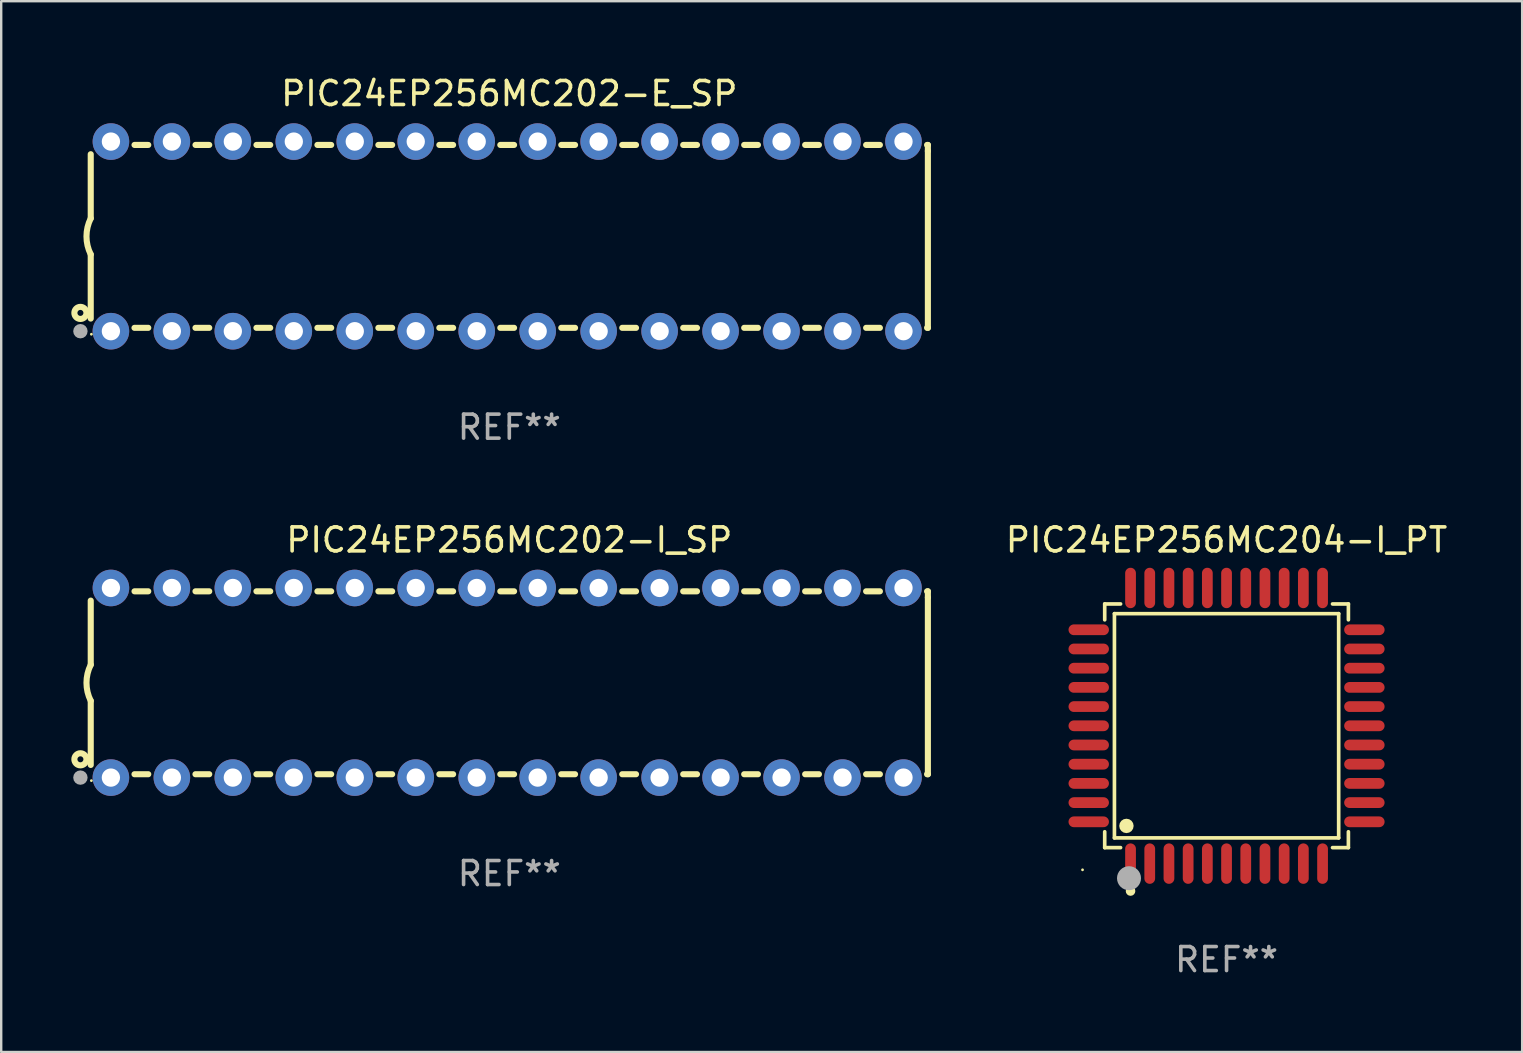
<source format=kicad_pcb>
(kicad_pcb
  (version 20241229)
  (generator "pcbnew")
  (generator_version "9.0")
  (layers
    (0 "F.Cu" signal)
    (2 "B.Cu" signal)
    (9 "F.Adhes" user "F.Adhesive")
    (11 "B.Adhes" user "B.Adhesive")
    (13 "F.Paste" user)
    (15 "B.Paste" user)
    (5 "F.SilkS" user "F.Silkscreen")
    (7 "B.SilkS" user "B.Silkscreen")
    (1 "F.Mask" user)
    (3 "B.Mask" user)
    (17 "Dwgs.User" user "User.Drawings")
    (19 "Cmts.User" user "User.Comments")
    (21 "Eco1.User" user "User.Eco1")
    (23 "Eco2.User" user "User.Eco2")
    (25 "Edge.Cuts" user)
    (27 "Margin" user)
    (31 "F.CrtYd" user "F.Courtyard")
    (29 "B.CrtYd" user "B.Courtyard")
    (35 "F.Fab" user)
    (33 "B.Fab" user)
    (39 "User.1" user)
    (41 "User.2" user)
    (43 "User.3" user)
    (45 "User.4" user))
  (footprint "PIC24EP256MC204-I_PT"
    (layer "F.Cu")
    (at 48.049 27.187)
    (property "Reference" "PIC24EP256MC204-I_PT" (at 0 -7.742 0) (layer "F.SilkS") (effects (font (size 1 1) (thickness 0.15))))
    (attr through_hole)
    (fp_line (start -5.076 -5.076) (end -4.415 -5.076) (stroke (width 0.152) (type solid)) (layer "F.SilkS"))
    (fp_line (start -5.076 -4.415) (end -5.076 -5.076) (stroke (width 0.152) (type solid)) (layer "F.SilkS"))
    (fp_line (start -5.076 4.415) (end -5.076 5.076) (stroke (width 0.152) (type solid)) (layer "F.SilkS"))
    (fp_line (start -5.076 5.076) (end -4.415 5.076) (stroke (width 0.152) (type solid)) (layer "F.SilkS"))
    (fp_line (start -4.671 -4.671) (end 4.671 -4.671) (stroke (width 0.152) (type solid)) (layer "F.SilkS"))
    (fp_line (start -4.671 4.671) (end -4.671 -4.671) (stroke (width 0.152) (type solid)) (layer "F.SilkS"))
    (fp_line (start 4.671 -4.671) (end 4.671 4.671) (stroke (width 0.152) (type solid)) (layer "F.SilkS"))
    (fp_line (start 4.671 4.671) (end -4.671 4.671) (stroke (width 0.152) (type solid)) (layer "F.SilkS"))
    (fp_line (start 5.076 -5.076) (end 4.415 -5.076) (stroke (width 0.152) (type solid)) (layer "F.SilkS"))
    (fp_line (start 5.076 -4.415) (end 5.076 -5.076) (stroke (width 0.152) (type solid)) (layer "F.SilkS"))
    (fp_line (start 5.076 4.415) (end 5.076 5.076) (stroke (width 0.152) (type solid)) (layer "F.SilkS"))
    (fp_line (start 5.076 5.076) (end 4.415 5.076) (stroke (width 0.152) (type solid)) (layer "F.SilkS"))
    (fp_circle (center -6 6) (end -5.97 6) (stroke (width 0.06) (type solid)) (fill no) (layer "F.SilkS"))
    (fp_circle (center -4.171 4.171) (end -4.021 4.171) (stroke (width 0.3) (type solid)) (fill no) (layer "F.SilkS"))
    (fp_circle (center -4 6.884) (end -3.9 6.884) (stroke (width 0.2) (type solid)) (fill no) (layer "F.SilkS"))
    (fp_circle (center -4.064 6.35) (end -3.814 6.35) (stroke (width 0.5) (type solid)) (fill no) (layer "F.Fab"))
    (fp_text user "REF**" (at 0 9.742 0) (layer "F.Fab") (effects (font (size 1 1) (thickness 0.15))))
    (pad "1" smd oval (at -4 5.742) (size 0.448 1.684) (layers "F.Cu" "F.Mask" "F.Paste"))
    (pad "2" smd oval (at -3.2 5.742) (size 0.448 1.684) (layers "F.Cu" "F.Mask" "F.Paste"))
    (pad "3" smd oval (at -2.4 5.742) (size 0.448 1.684) (layers "F.Cu" "F.Mask" "F.Paste"))
    (pad "4" smd oval (at -1.6 5.742) (size 0.448 1.684) (layers "F.Cu" "F.Mask" "F.Paste"))
    (pad "5" smd oval (at -0.8 5.742) (size 0.448 1.684) (layers "F.Cu" "F.Mask" "F.Paste"))
    (pad "6" smd oval (at 0 5.742) (size 0.448 1.684) (layers "F.Cu" "F.Mask" "F.Paste"))
    (pad "7" smd oval (at 0.8 5.742) (size 0.448 1.684) (layers "F.Cu" "F.Mask" "F.Paste"))
    (pad "8" smd oval (at 1.6 5.742) (size 0.448 1.684) (layers "F.Cu" "F.Mask" "F.Paste"))
    (pad "9" smd oval (at 2.4 5.742) (size 0.448 1.684) (layers "F.Cu" "F.Mask" "F.Paste"))
    (pad "10" smd oval (at 3.2 5.742) (size 0.448 1.684) (layers "F.Cu" "F.Mask" "F.Paste"))
    (pad "11" smd oval (at 4 5.742) (size 0.448 1.684) (layers "F.Cu" "F.Mask" "F.Paste"))
    (pad "12" smd oval (at 5.742 4) (size 1.684 0.448) (layers "F.Cu" "F.Mask" "F.Paste"))
    (pad "13" smd oval (at 5.742 3.2) (size 1.684 0.448) (layers "F.Cu" "F.Mask" "F.Paste"))
    (pad "14" smd oval (at 5.742 2.4) (size 1.684 0.448) (layers "F.Cu" "F.Mask" "F.Paste"))
    (pad "15" smd oval (at 5.742 1.6) (size 1.684 0.448) (layers "F.Cu" "F.Mask" "F.Paste"))
    (pad "16" smd oval (at 5.742 0.8) (size 1.684 0.448) (layers "F.Cu" "F.Mask" "F.Paste"))
    (pad "17" smd oval (at 5.742 0) (size 1.684 0.448) (layers "F.Cu" "F.Mask" "F.Paste"))
    (pad "18" smd oval (at 5.742 -0.8) (size 1.684 0.448) (layers "F.Cu" "F.Mask" "F.Paste"))
    (pad "19" smd oval (at 5.742 -1.6) (size 1.684 0.448) (layers "F.Cu" "F.Mask" "F.Paste"))
    (pad "20" smd oval (at 5.742 -2.4) (size 1.684 0.448) (layers "F.Cu" "F.Mask" "F.Paste"))
    (pad "21" smd oval (at 5.742 -3.2) (size 1.684 0.448) (layers "F.Cu" "F.Mask" "F.Paste"))
    (pad "22" smd oval (at 5.742 -4) (size 1.684 0.448) (layers "F.Cu" "F.Mask" "F.Paste"))
    (pad "23" smd oval (at 4 -5.742) (size 0.448 1.684) (layers "F.Cu" "F.Mask" "F.Paste"))
    (pad "24" smd oval (at 3.2 -5.742) (size 0.448 1.684) (layers "F.Cu" "F.Mask" "F.Paste"))
    (pad "25" smd oval (at 2.4 -5.742) (size 0.448 1.684) (layers "F.Cu" "F.Mask" "F.Paste"))
    (pad "26" smd oval (at 1.6 -5.742) (size 0.448 1.684) (layers "F.Cu" "F.Mask" "F.Paste"))
    (pad "27" smd oval (at 0.8 -5.742) (size 0.448 1.684) (layers "F.Cu" "F.Mask" "F.Paste"))
    (pad "28" smd oval (at 0 -5.742) (size 0.448 1.684) (layers "F.Cu" "F.Mask" "F.Paste"))
    (pad "29" smd oval (at -0.8 -5.742) (size 0.448 1.684) (layers "F.Cu" "F.Mask" "F.Paste"))
    (pad "30" smd oval (at -1.6 -5.742) (size 0.448 1.684) (layers "F.Cu" "F.Mask" "F.Paste"))
    (pad "31" smd oval (at -2.4 -5.742) (size 0.448 1.684) (layers "F.Cu" "F.Mask" "F.Paste"))
    (pad "32" smd oval (at -3.2 -5.742) (size 0.448 1.684) (layers "F.Cu" "F.Mask" "F.Paste"))
    (pad "33" smd oval (at -4 -5.742) (size 0.448 1.684) (layers "F.Cu" "F.Mask" "F.Paste"))
    (pad "34" smd oval (at -5.742 -4) (size 1.684 0.448) (layers "F.Cu" "F.Mask" "F.Paste"))
    (pad "35" smd oval (at -5.742 -3.2) (size 1.684 0.448) (layers "F.Cu" "F.Mask" "F.Paste"))
    (pad "36" smd oval (at -5.742 -2.4) (size 1.684 0.448) (layers "F.Cu" "F.Mask" "F.Paste"))
    (pad "37" smd oval (at -5.742 -1.6) (size 1.684 0.448) (layers "F.Cu" "F.Mask" "F.Paste"))
    (pad "38" smd oval (at -5.742 -0.8) (size 1.684 0.448) (layers "F.Cu" "F.Mask" "F.Paste"))
    (pad "39" smd oval (at -5.742 0) (size 1.684 0.448) (layers "F.Cu" "F.Mask" "F.Paste"))
    (pad "40" smd oval (at -5.742 0.8) (size 1.684 0.448) (layers "F.Cu" "F.Mask" "F.Paste"))
    (pad "41" smd oval (at -5.742 1.6) (size 1.684 0.448) (layers "F.Cu" "F.Mask" "F.Paste"))
    (pad "42" smd oval (at -5.742 2.4) (size 1.684 0.448) (layers "F.Cu" "F.Mask" "F.Paste"))
    (pad "43" smd oval (at -5.742 3.2) (size 1.684 0.448) (layers "F.Cu" "F.Mask" "F.Paste"))
    (pad "44" smd oval (at -5.742 4) (size 1.684 0.448) (layers "F.Cu" "F.Mask" "F.Paste")))
  (footprint "PIC24EP256MC202-E_SP"
    (layer "F.Cu")
    (at 18.168 6.798)
    (property "Reference" "PIC24EP256MC202-E_SP" (at 0 -5.95 0) (layer "F.SilkS") (effects (font (size 1 1) (thickness 0.15))))
    (attr through_hole)
    (fp_line (start -17.438 0.75) (end -17.438 3.423) (stroke (width 0.254) (type solid)) (layer "F.SilkS"))
    (fp_line (start -17.438 -3.423) (end -17.438 -0.75) (stroke (width 0.254) (type solid)) (layer "F.SilkS"))
    (fp_line (start -15.615 3.81) (end -15.041 3.81) (stroke (width 0.254) (type solid)) (layer "F.SilkS"))
    (fp_line (start -15.041 -3.81) (end -15.614 -3.81) (stroke (width 0.254) (type solid)) (layer "F.SilkS"))
    (fp_line (start -13.075 3.81) (end -12.501 3.81) (stroke (width 0.254) (type solid)) (layer "F.SilkS"))
    (fp_line (start -12.501 -3.81) (end -13.074 -3.81) (stroke (width 0.254) (type solid)) (layer "F.SilkS"))
    (fp_line (start -10.535 3.81) (end -9.961 3.81) (stroke (width 0.254) (type solid)) (layer "F.SilkS"))
    (fp_line (start -9.961 -3.81) (end -10.534 -3.81) (stroke (width 0.254) (type solid)) (layer "F.SilkS"))
    (fp_line (start -7.995 3.81) (end -7.421 3.81) (stroke (width 0.254) (type solid)) (layer "F.SilkS"))
    (fp_line (start -7.421 -3.81) (end -7.995 -3.81) (stroke (width 0.254) (type solid)) (layer "F.SilkS"))
    (fp_line (start -5.455 3.81) (end -4.881 3.81) (stroke (width 0.254) (type solid)) (layer "F.SilkS"))
    (fp_line (start -4.881 -3.81) (end -5.455 -3.81) (stroke (width 0.254) (type solid)) (layer "F.SilkS"))
    (fp_line (start -2.915 3.81) (end -2.341 3.81) (stroke (width 0.254) (type solid)) (layer "F.SilkS"))
    (fp_line (start -2.341 -3.81) (end -2.915 -3.81) (stroke (width 0.254) (type solid)) (layer "F.SilkS"))
    (fp_line (start -0.375 3.81) (end 0.199 3.81) (stroke (width 0.254) (type solid)) (layer "F.SilkS"))
    (fp_line (start 0.199 -3.81) (end -0.375 -3.81) (stroke (width 0.254) (type solid)) (layer "F.SilkS"))
    (fp_line (start 2.165 3.81) (end 2.739 3.81) (stroke (width 0.254) (type solid)) (layer "F.SilkS"))
    (fp_line (start 2.739 -3.81) (end 2.165 -3.81) (stroke (width 0.254) (type solid)) (layer "F.SilkS"))
    (fp_line (start 4.705 3.81) (end 5.279 3.81) (stroke (width 0.254) (type solid)) (layer "F.SilkS"))
    (fp_line (start 5.279 -3.81) (end 4.705 -3.81) (stroke (width 0.254) (type solid)) (layer "F.SilkS"))
    (fp_line (start 7.245 3.81) (end 7.819 3.81) (stroke (width 0.254) (type solid)) (layer "F.SilkS"))
    (fp_line (start 7.819 -3.81) (end 7.245 -3.81) (stroke (width 0.254) (type solid)) (layer "F.SilkS"))
    (fp_line (start 9.785 3.81) (end 10.359 3.81) (stroke (width 0.254) (type solid)) (layer "F.SilkS"))
    (fp_line (start 10.359 -3.81) (end 9.785 -3.81) (stroke (width 0.254) (type solid)) (layer "F.SilkS"))
    (fp_line (start 12.325 3.81) (end 12.899 3.81) (stroke (width 0.254) (type solid)) (layer "F.SilkS"))
    (fp_line (start 12.899 -3.81) (end 12.325 -3.81) (stroke (width 0.254) (type solid)) (layer "F.SilkS"))
    (fp_line (start 14.865 3.81) (end 15.439 3.81) (stroke (width 0.254) (type solid)) (layer "F.SilkS"))
    (fp_line (start 15.439 -3.81) (end 14.865 -3.81) (stroke (width 0.254) (type solid)) (layer "F.SilkS"))
    (fp_line (start 17.405 3.81) (end 17.438 3.81) (stroke (width 0.254) (type solid)) (layer "F.SilkS"))
    (fp_line (start 17.438 -3.81) (end 17.405 -3.81) (stroke (width 0.254) (type solid)) (layer "F.SilkS"))
    (fp_line (start 17.438 -3.556) (end 17.438 -3.81) (stroke (width 0.254) (type solid)) (layer "F.SilkS"))
    (fp_line (start 17.438 3.81) (end 17.438 -3.556) (stroke (width 0.254) (type solid)) (layer "F.SilkS"))
    (fp_arc (start -17.437986 0.749657) (mid -17.614887 -0.000024) (end -17.437783 -0.749657) (stroke (width 0.254001) (type solid)) (layer "F.SilkS"))
    (fp_circle (center -17.868 3.188) (end -17.743 3.188) (stroke (width 0.254) (type solid)) (fill no) (layer "F.SilkS"))
    (fp_circle (center -17.411 4.077) (end -17.381 4.077) (stroke (width 0.06) (type solid)) (fill no) (layer "F.SilkS"))
    (fp_circle (center -17.868 3.95) (end -17.718 3.95) (stroke (width 0.3) (type solid)) (fill no) (layer "F.Fab"))
    (fp_text user "REF**" (at 0 7.95 0) (layer "F.Fab") (effects (font (size 1 1) (thickness 0.15))))
    (pad "1" thru_hole circle (at -16.598 3.95) (size 1.524 1.524) (drill 0.762) (layers "*.Cu" "*.Mask"))
    (pad "2" thru_hole circle (at -14.058 3.95) (size 1.524 1.524) (drill 0.762) (layers "*.Cu" "*.Mask"))
    (pad "3" thru_hole circle (at -11.518 3.95) (size 1.524 1.524) (drill 0.762) (layers "*.Cu" "*.Mask"))
    (pad "4" thru_hole circle (at -8.978 3.95) (size 1.524 1.524) (drill 0.762) (layers "*.Cu" "*.Mask"))
    (pad "5" thru_hole circle (at -6.438 3.95) (size 1.524 1.524) (drill 0.762) (layers "*.Cu" "*.Mask"))
    (pad "6" thru_hole circle (at -3.898 3.95) (size 1.524 1.524) (drill 0.762) (layers "*.Cu" "*.Mask"))
    (pad "7" thru_hole circle (at -1.358 3.95) (size 1.524 1.524) (drill 0.762) (layers "*.Cu" "*.Mask"))
    (pad "8" thru_hole circle (at 1.182 3.95) (size 1.524 1.524) (drill 0.762) (layers "*.Cu" "*.Mask"))
    (pad "9" thru_hole circle (at 3.722 3.95) (size 1.524 1.524) (drill 0.762) (layers "*.Cu" "*.Mask"))
    (pad "10" thru_hole circle (at 6.262 3.95) (size 1.524 1.524) (drill 0.762) (layers "*.Cu" "*.Mask"))
    (pad "11" thru_hole circle (at 8.802 3.95) (size 1.524 1.524) (drill 0.762) (layers "*.Cu" "*.Mask"))
    (pad "12" thru_hole circle (at 11.342 3.95) (size 1.524 1.524) (drill 0.762) (layers "*.Cu" "*.Mask"))
    (pad "13" thru_hole circle (at 13.882 3.95) (size 1.524 1.524) (drill 0.762) (layers "*.Cu" "*.Mask"))
    (pad "14" thru_hole circle (at 16.422 3.95) (size 1.524 1.524) (drill 0.762) (layers "*.Cu" "*.Mask"))
    (pad "15" thru_hole circle (at 16.422 -3.95) (size 1.524 1.524) (drill 0.762) (layers "*.Cu" "*.Mask"))
    (pad "16" thru_hole circle (at 13.882 -3.95) (size 1.524 1.524) (drill 0.762) (layers "*.Cu" "*.Mask"))
    (pad "17" thru_hole circle (at 11.342 -3.95) (size 1.524 1.524) (drill 0.762) (layers "*.Cu" "*.Mask"))
    (pad "18" thru_hole circle (at 8.802 -3.95) (size 1.524 1.524) (drill 0.762) (layers "*.Cu" "*.Mask"))
    (pad "19" thru_hole circle (at 6.262 -3.95) (size 1.524 1.524) (drill 0.762) (layers "*.Cu" "*.Mask"))
    (pad "20" thru_hole circle (at 3.722 -3.95) (size 1.524 1.524) (drill 0.762) (layers "*.Cu" "*.Mask"))
    (pad "21" thru_hole circle (at 1.182 -3.95) (size 1.524 1.524) (drill 0.762) (layers "*.Cu" "*.Mask"))
    (pad "22" thru_hole circle (at -1.358 -3.95) (size 1.524 1.524) (drill 0.762) (layers "*.Cu" "*.Mask"))
    (pad "23" thru_hole circle (at -3.898 -3.95) (size 1.524 1.524) (drill 0.762) (layers "*.Cu" "*.Mask"))
    (pad "24" thru_hole circle (at -6.438 -3.95) (size 1.524 1.524) (drill 0.762) (layers "*.Cu" "*.Mask"))
    (pad "25" thru_hole circle (at -8.978 -3.95) (size 1.524 1.524) (drill 0.762) (layers "*.Cu" "*.Mask"))
    (pad "26" thru_hole circle (at -11.517 -3.95) (size 1.524 1.524) (drill 0.762) (layers "*.Cu" "*.Mask"))
    (pad "27" thru_hole circle (at -14.057 -3.95) (size 1.524 1.524) (drill 0.762) (layers "*.Cu" "*.Mask"))
    (pad "28" thru_hole circle (at -16.597 -3.95) (size 1.524 1.524) (drill 0.762) (layers "*.Cu" "*.Mask")))
  (footprint "PIC24EP256MC202-I_SP"
    (layer "F.Cu")
    (at 18.168 25.395)
    (property "Reference" "PIC24EP256MC202-I_SP" (at 0 -5.95 0) (layer "F.SilkS") (effects (font (size 1 1) (thickness 0.15))))
    (attr through_hole)
    (fp_line (start -17.438 0.75) (end -17.438 3.423) (stroke (width 0.254) (type solid)) (layer "F.SilkS"))
    (fp_line (start -17.438 -3.423) (end -17.438 -0.75) (stroke (width 0.254) (type solid)) (layer "F.SilkS"))
    (fp_line (start -15.615 3.81) (end -15.041 3.81) (stroke (width 0.254) (type solid)) (layer "F.SilkS"))
    (fp_line (start -15.041 -3.81) (end -15.614 -3.81) (stroke (width 0.254) (type solid)) (layer "F.SilkS"))
    (fp_line (start -13.075 3.81) (end -12.501 3.81) (stroke (width 0.254) (type solid)) (layer "F.SilkS"))
    (fp_line (start -12.501 -3.81) (end -13.074 -3.81) (stroke (width 0.254) (type solid)) (layer "F.SilkS"))
    (fp_line (start -10.535 3.81) (end -9.961 3.81) (stroke (width 0.254) (type solid)) (layer "F.SilkS"))
    (fp_line (start -9.961 -3.81) (end -10.534 -3.81) (stroke (width 0.254) (type solid)) (layer "F.SilkS"))
    (fp_line (start -7.995 3.81) (end -7.421 3.81) (stroke (width 0.254) (type solid)) (layer "F.SilkS"))
    (fp_line (start -7.421 -3.81) (end -7.995 -3.81) (stroke (width 0.254) (type solid)) (layer "F.SilkS"))
    (fp_line (start -5.455 3.81) (end -4.881 3.81) (stroke (width 0.254) (type solid)) (layer "F.SilkS"))
    (fp_line (start -4.881 -3.81) (end -5.455 -3.81) (stroke (width 0.254) (type solid)) (layer "F.SilkS"))
    (fp_line (start -2.915 3.81) (end -2.341 3.81) (stroke (width 0.254) (type solid)) (layer "F.SilkS"))
    (fp_line (start -2.341 -3.81) (end -2.915 -3.81) (stroke (width 0.254) (type solid)) (layer "F.SilkS"))
    (fp_line (start -0.375 3.81) (end 0.199 3.81) (stroke (width 0.254) (type solid)) (layer "F.SilkS"))
    (fp_line (start 0.199 -3.81) (end -0.375 -3.81) (stroke (width 0.254) (type solid)) (layer "F.SilkS"))
    (fp_line (start 2.165 3.81) (end 2.739 3.81) (stroke (width 0.254) (type solid)) (layer "F.SilkS"))
    (fp_line (start 2.739 -3.81) (end 2.165 -3.81) (stroke (width 0.254) (type solid)) (layer "F.SilkS"))
    (fp_line (start 4.705 3.81) (end 5.279 3.81) (stroke (width 0.254) (type solid)) (layer "F.SilkS"))
    (fp_line (start 5.279 -3.81) (end 4.705 -3.81) (stroke (width 0.254) (type solid)) (layer "F.SilkS"))
    (fp_line (start 7.245 3.81) (end 7.819 3.81) (stroke (width 0.254) (type solid)) (layer "F.SilkS"))
    (fp_line (start 7.819 -3.81) (end 7.245 -3.81) (stroke (width 0.254) (type solid)) (layer "F.SilkS"))
    (fp_line (start 9.785 3.81) (end 10.359 3.81) (stroke (width 0.254) (type solid)) (layer "F.SilkS"))
    (fp_line (start 10.359 -3.81) (end 9.785 -3.81) (stroke (width 0.254) (type solid)) (layer "F.SilkS"))
    (fp_line (start 12.325 3.81) (end 12.899 3.81) (stroke (width 0.254) (type solid)) (layer "F.SilkS"))
    (fp_line (start 12.899 -3.81) (end 12.325 -3.81) (stroke (width 0.254) (type solid)) (layer "F.SilkS"))
    (fp_line (start 14.865 3.81) (end 15.439 3.81) (stroke (width 0.254) (type solid)) (layer "F.SilkS"))
    (fp_line (start 15.439 -3.81) (end 14.865 -3.81) (stroke (width 0.254) (type solid)) (layer "F.SilkS"))
    (fp_line (start 17.405 3.81) (end 17.438 3.81) (stroke (width 0.254) (type solid)) (layer "F.SilkS"))
    (fp_line (start 17.438 -3.81) (end 17.405 -3.81) (stroke (width 0.254) (type solid)) (layer "F.SilkS"))
    (fp_line (start 17.438 -3.556) (end 17.438 -3.81) (stroke (width 0.254) (type solid)) (layer "F.SilkS"))
    (fp_line (start 17.438 3.81) (end 17.438 -3.556) (stroke (width 0.254) (type solid)) (layer "F.SilkS"))
    (fp_arc (start -17.437986 0.749657) (mid -17.614887 -0.000024) (end -17.437783 -0.749657) (stroke (width 0.254001) (type solid)) (layer "F.SilkS"))
    (fp_circle (center -17.868 3.188) (end -17.743 3.188) (stroke (width 0.254) (type solid)) (fill no) (layer "F.SilkS"))
    (fp_circle (center -17.411 4.077) (end -17.381 4.077) (stroke (width 0.06) (type solid)) (fill no) (layer "F.SilkS"))
    (fp_circle (center -17.868 3.95) (end -17.718 3.95) (stroke (width 0.3) (type solid)) (fill no) (layer "F.Fab"))
    (fp_text user "REF**" (at 0 7.95 0) (layer "F.Fab") (effects (font (size 1 1) (thickness 0.15))))
    (pad "1" thru_hole circle (at -16.598 3.95) (size 1.524 1.524) (drill 0.762) (layers "*.Cu" "*.Mask"))
    (pad "2" thru_hole circle (at -14.058 3.95) (size 1.524 1.524) (drill 0.762) (layers "*.Cu" "*.Mask"))
    (pad "3" thru_hole circle (at -11.518 3.95) (size 1.524 1.524) (drill 0.762) (layers "*.Cu" "*.Mask"))
    (pad "4" thru_hole circle (at -8.978 3.95) (size 1.524 1.524) (drill 0.762) (layers "*.Cu" "*.Mask"))
    (pad "5" thru_hole circle (at -6.438 3.95) (size 1.524 1.524) (drill 0.762) (layers "*.Cu" "*.Mask"))
    (pad "6" thru_hole circle (at -3.898 3.95) (size 1.524 1.524) (drill 0.762) (layers "*.Cu" "*.Mask"))
    (pad "7" thru_hole circle (at -1.358 3.95) (size 1.524 1.524) (drill 0.762) (layers "*.Cu" "*.Mask"))
    (pad "8" thru_hole circle (at 1.182 3.95) (size 1.524 1.524) (drill 0.762) (layers "*.Cu" "*.Mask"))
    (pad "9" thru_hole circle (at 3.722 3.95) (size 1.524 1.524) (drill 0.762) (layers "*.Cu" "*.Mask"))
    (pad "10" thru_hole circle (at 6.262 3.95) (size 1.524 1.524) (drill 0.762) (layers "*.Cu" "*.Mask"))
    (pad "11" thru_hole circle (at 8.802 3.95) (size 1.524 1.524) (drill 0.762) (layers "*.Cu" "*.Mask"))
    (pad "12" thru_hole circle (at 11.342 3.95) (size 1.524 1.524) (drill 0.762) (layers "*.Cu" "*.Mask"))
    (pad "13" thru_hole circle (at 13.882 3.95) (size 1.524 1.524) (drill 0.762) (layers "*.Cu" "*.Mask"))
    (pad "14" thru_hole circle (at 16.422 3.95) (size 1.524 1.524) (drill 0.762) (layers "*.Cu" "*.Mask"))
    (pad "15" thru_hole circle (at 16.422 -3.95) (size 1.524 1.524) (drill 0.762) (layers "*.Cu" "*.Mask"))
    (pad "16" thru_hole circle (at 13.882 -3.95) (size 1.524 1.524) (drill 0.762) (layers "*.Cu" "*.Mask"))
    (pad "17" thru_hole circle (at 11.342 -3.95) (size 1.524 1.524) (drill 0.762) (layers "*.Cu" "*.Mask"))
    (pad "18" thru_hole circle (at 8.802 -3.95) (size 1.524 1.524) (drill 0.762) (layers "*.Cu" "*.Mask"))
    (pad "19" thru_hole circle (at 6.262 -3.95) (size 1.524 1.524) (drill 0.762) (layers "*.Cu" "*.Mask"))
    (pad "20" thru_hole circle (at 3.722 -3.95) (size 1.524 1.524) (drill 0.762) (layers "*.Cu" "*.Mask"))
    (pad "21" thru_hole circle (at 1.182 -3.95) (size 1.524 1.524) (drill 0.762) (layers "*.Cu" "*.Mask"))
    (pad "22" thru_hole circle (at -1.358 -3.95) (size 1.524 1.524) (drill 0.762) (layers "*.Cu" "*.Mask"))
    (pad "23" thru_hole circle (at -3.898 -3.95) (size 1.524 1.524) (drill 0.762) (layers "*.Cu" "*.Mask"))
    (pad "24" thru_hole circle (at -6.438 -3.95) (size 1.524 1.524) (drill 0.762) (layers "*.Cu" "*.Mask"))
    (pad "25" thru_hole circle (at -8.978 -3.95) (size 1.524 1.524) (drill 0.762) (layers "*.Cu" "*.Mask"))
    (pad "26" thru_hole circle (at -11.517 -3.95) (size 1.524 1.524) (drill 0.762) (layers "*.Cu" "*.Mask"))
    (pad "27" thru_hole circle (at -14.057 -3.95) (size 1.524 1.524) (drill 0.762) (layers "*.Cu" "*.Mask"))
    (pad "28" thru_hole circle (at -16.597 -3.95) (size 1.524 1.524) (drill 0.762) (layers "*.Cu" "*.Mask")))
  (gr_rect
    (start -3 -3)
    (end 60.364 40.777)
    (stroke (width 0.1) (type default))
    (fill no)
    (layer "Edge.Cuts")))
</source>
